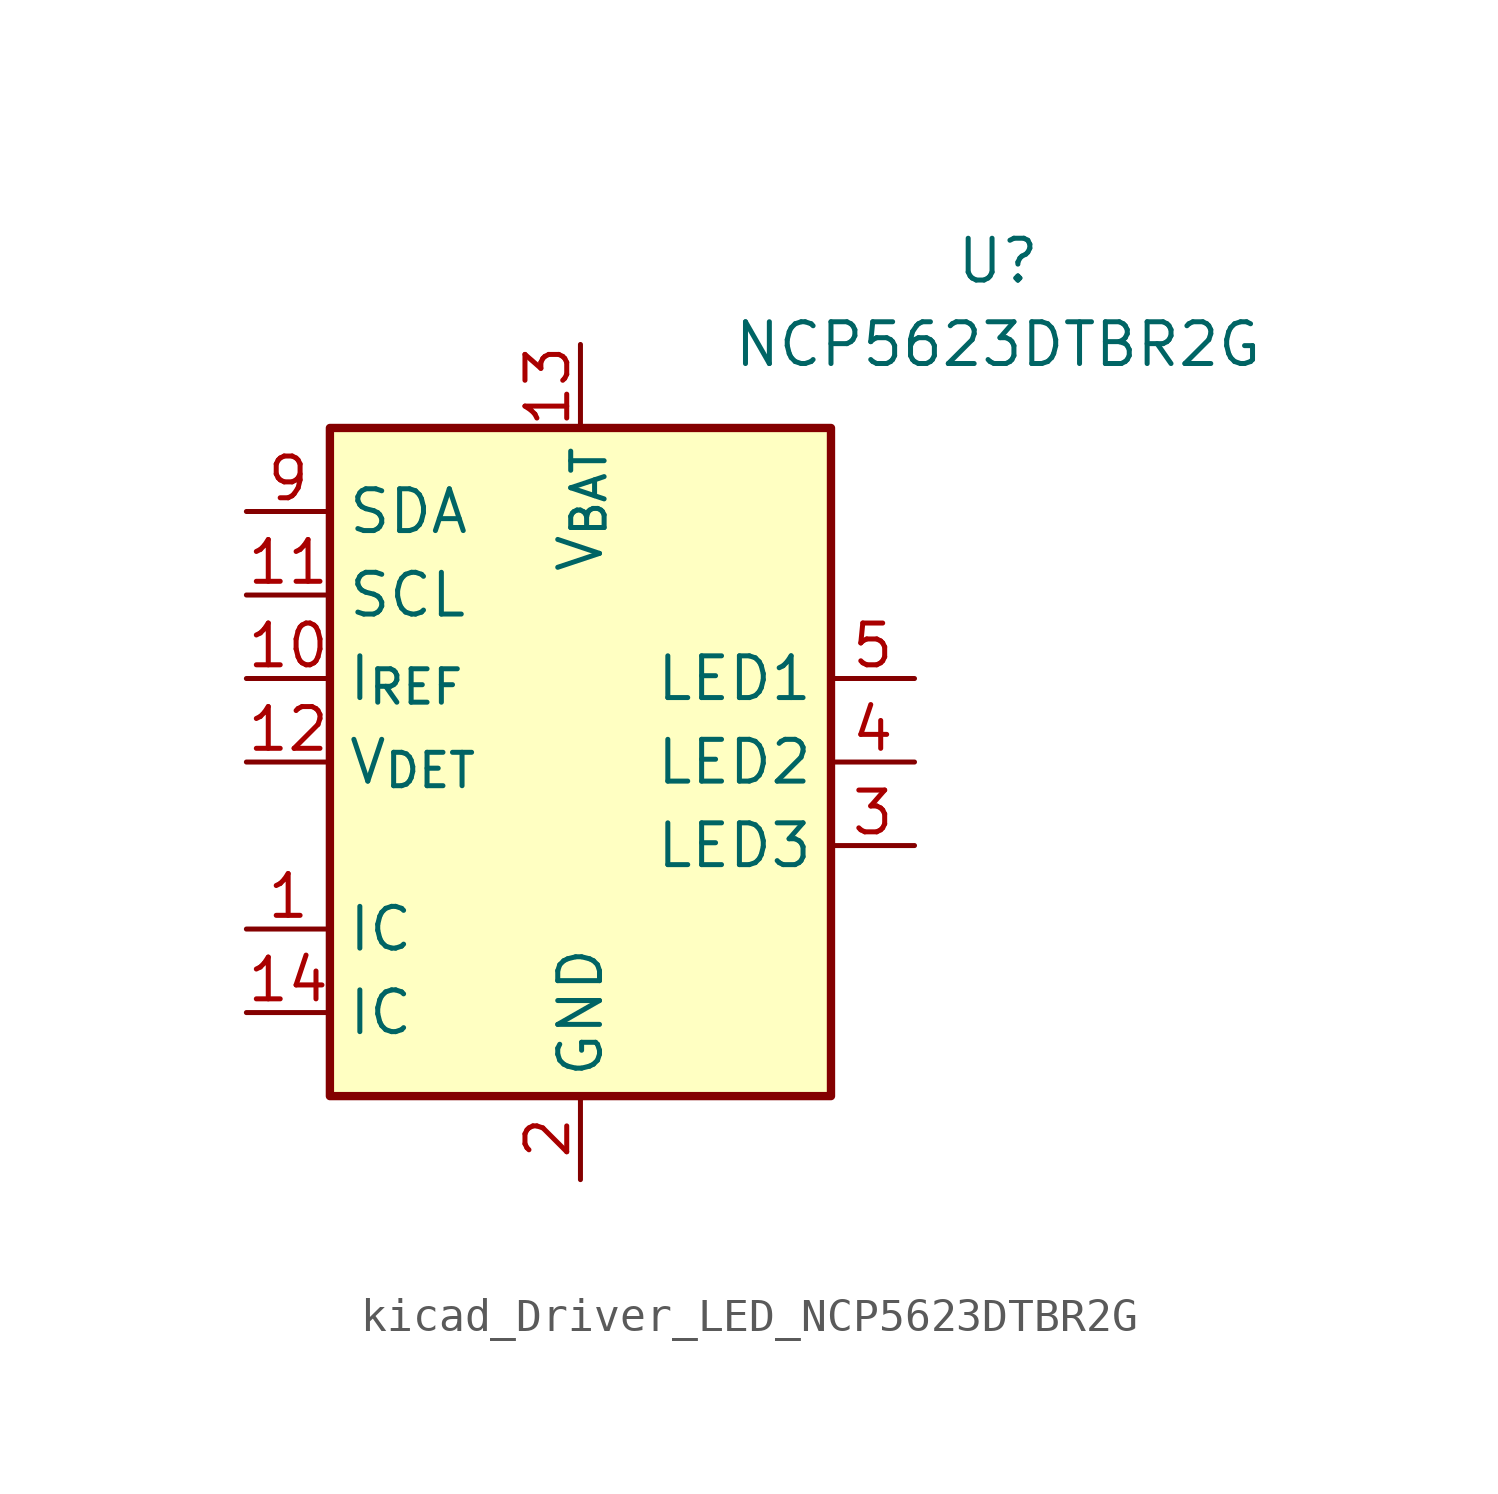
<source format=kicad_sym>
(kicad_symbol_lib
  (version 20220914)
  (generator kicad_symbol_editor)
  (symbol "kicad_Driver_LED_NCP5623DTBR2G"
    (property "Reference" "U"
      (at 12.7 15.24 0)
      (effects (font (size 1.27 1.27))))
    (property "Value" "NCP5623DTBR2G"
      (at 12.7 12.7 0)
      (effects (font (size 1.27 1.27))))
    (symbol "kicad_Driver_LED_NCP5623DTBR2G_0_1"
      (rectangle (start -7.62 10.16) (end 7.62 -10.16) (stroke (width 0.254) (type default)) (fill (type background))))
    (symbol "kicad_Driver_LED_NCP5623DTBR2G_1_1"
      (pin passive line (at -10.16 -5.08 0) (length 2.54) (name "IC" (effects (font (size 1.27 1.27)))) (number "1" (effects (font (size 1.27 1.27)))))
      (pin passive line (at -10.16 2.54 0) (length 2.54) (name "I_{REF}" (effects (font (size 1.27 1.27)))) (number "10" (effects (font (size 1.27 1.27)))))
      (pin input line (at -10.16 5.08 0) (length 2.54) (name "SCL" (effects (font (size 1.27 1.27)))) (number "11" (effects (font (size 1.27 1.27)))))
      (pin input line (at -10.16 0 0) (length 2.54) (name "V_{DET}" (effects (font (size 1.27 1.27)))) (number "12" (effects (font (size 1.27 1.27)))))
      (pin power_in line (at 0 12.7 270) (length 2.54) (name "V_{BAT}" (effects (font (size 1.27 1.27)))) (number "13" (effects (font (size 1.27 1.27)))))
      (pin passive line (at -10.16 -7.62 0) (length 2.54) (name "IC" (effects (font (size 1.27 1.27)))) (number "14" (effects (font (size 1.27 1.27)))))
      (pin power_in line (at 0 -12.7 90) (length 2.54) (name "GND" (effects (font (size 1.27 1.27)))) (number "2" (effects (font (size 1.27 1.27)))))
      (pin open_collector line (at 10.16 -2.54 180) (length 2.54) (name "LED3" (effects (font (size 1.27 1.27)))) (number "3" (effects (font (size 1.27 1.27)))))
      (pin open_collector line (at 10.16 0 180) (length 2.54) (name "LED2" (effects (font (size 1.27 1.27)))) (number "4" (effects (font (size 1.27 1.27)))))
      (pin open_collector line (at 10.16 2.54 180) (length 2.54) (name "LED1" (effects (font (size 1.27 1.27)))) (number "5" (effects (font (size 1.27 1.27)))))
      (pin passive line (at 0 -12.7 90) (length 2.54) hide (name "GND" (effects (font (size 1.27 1.27)))) (number "6" (effects (font (size 1.27 1.27)))))
      (pin no_connect line (at 7.62 -7.62 180) (length 2.54) hide (name "NC" (effects (font (size 1.27 1.27)))) (number "7" (effects (font (size 1.27 1.27)))))
      (pin no_connect line (at 7.62 7.62 180) (length 2.54) hide (name "NC" (effects (font (size 1.27 1.27)))) (number "8" (effects (font (size 1.27 1.27)))))
      (pin bidirectional line (at -10.16 7.62 0) (length 2.54) (name "SDA" (effects (font (size 1.27 1.27)))) (number "9" (effects (font (size 1.27 1.27))))))))
</source>
